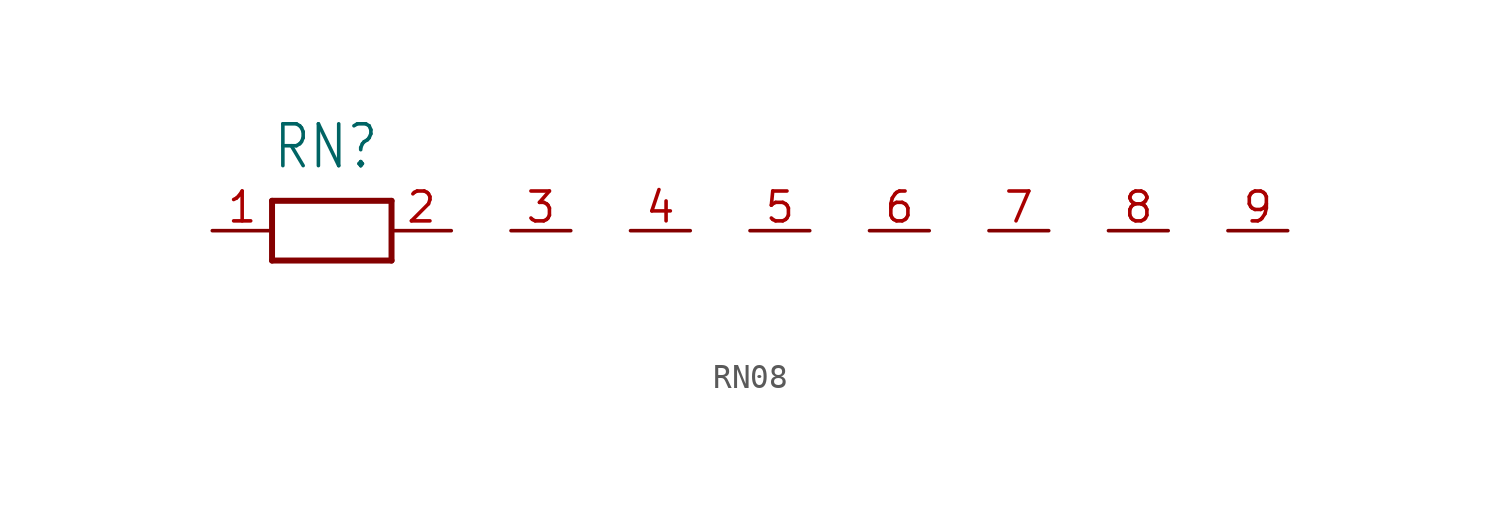
<source format=kicad_sym>
(kicad_symbol_lib
  (version 20220914)
  (generator kicad_symbol_editor)
  (symbol "RN08"
    (property "Reference" "RN"
      (at -2.54 2.54 0)
      (effects (font (size 1.778 1.511)) (justify left bottom)))
    (property "Value" ""
      (at -2.54 -4.318 0)
      (effects (font (size 1.778 1.511)) (justify left bottom)))
    (property "ki_locked" ""
      (at 0 0 0)
      (effects (font (size 1.27 1.27))))
    (symbol "RN08_1_0"
      (polyline (pts (xy -2.54 -1.27) (xy 2.54 -1.27)) (stroke (width 0.254) (type solid)) (fill (type none)))
      (polyline (pts (xy -2.54 1.27) (xy -2.54 -1.27)) (stroke (width 0.254) (type solid)) (fill (type none)))
      (polyline (pts (xy 2.54 -1.27) (xy 2.54 1.27)) (stroke (width 0.254) (type solid)) (fill (type none)))
      (polyline (pts (xy 2.54 1.27) (xy -2.54 1.27)) (stroke (width 0.254) (type solid)) (fill (type none)))
      (pin passive line (at -5.08 0 0) (length 2.54) (name "1" (effects (font (size 0 0)))) (number "1" (effects (font (size 1.27 1.27)))))
      (pin passive line (at 5.08 0 180) (length 2.54) (name "2" (effects (font (size 0 0)))) (number "2" (effects (font (size 1.27 1.27)))))
      (pin passive line (at 10.16 0 180) (length 2.54) (name "3" (effects (font (size 0 0)))) (number "3" (effects (font (size 1.27 1.27)))))
      (pin passive line (at 15.24 0 180) (length 2.54) (name "4" (effects (font (size 0 0)))) (number "4" (effects (font (size 1.27 1.27)))))
      (pin passive line (at 20.32 0 180) (length 2.54) (name "5" (effects (font (size 0 0)))) (number "5" (effects (font (size 1.27 1.27)))))
      (pin passive line (at 25.4 0 180) (length 2.54) (name "6" (effects (font (size 0 0)))) (number "6" (effects (font (size 1.27 1.27)))))
      (pin passive line (at 30.48 0 180) (length 2.54) (name "7" (effects (font (size 0 0)))) (number "7" (effects (font (size 1.27 1.27)))))
      (pin passive line (at 35.56 0 180) (length 2.54) (name "8" (effects (font (size 0 0)))) (number "8" (effects (font (size 1.27 1.27)))))
      (pin passive line (at 40.64 0 180) (length 2.54) (name "9" (effects (font (size 0 0)))) (number "9" (effects (font (size 1.27 1.27))))))))
</source>
